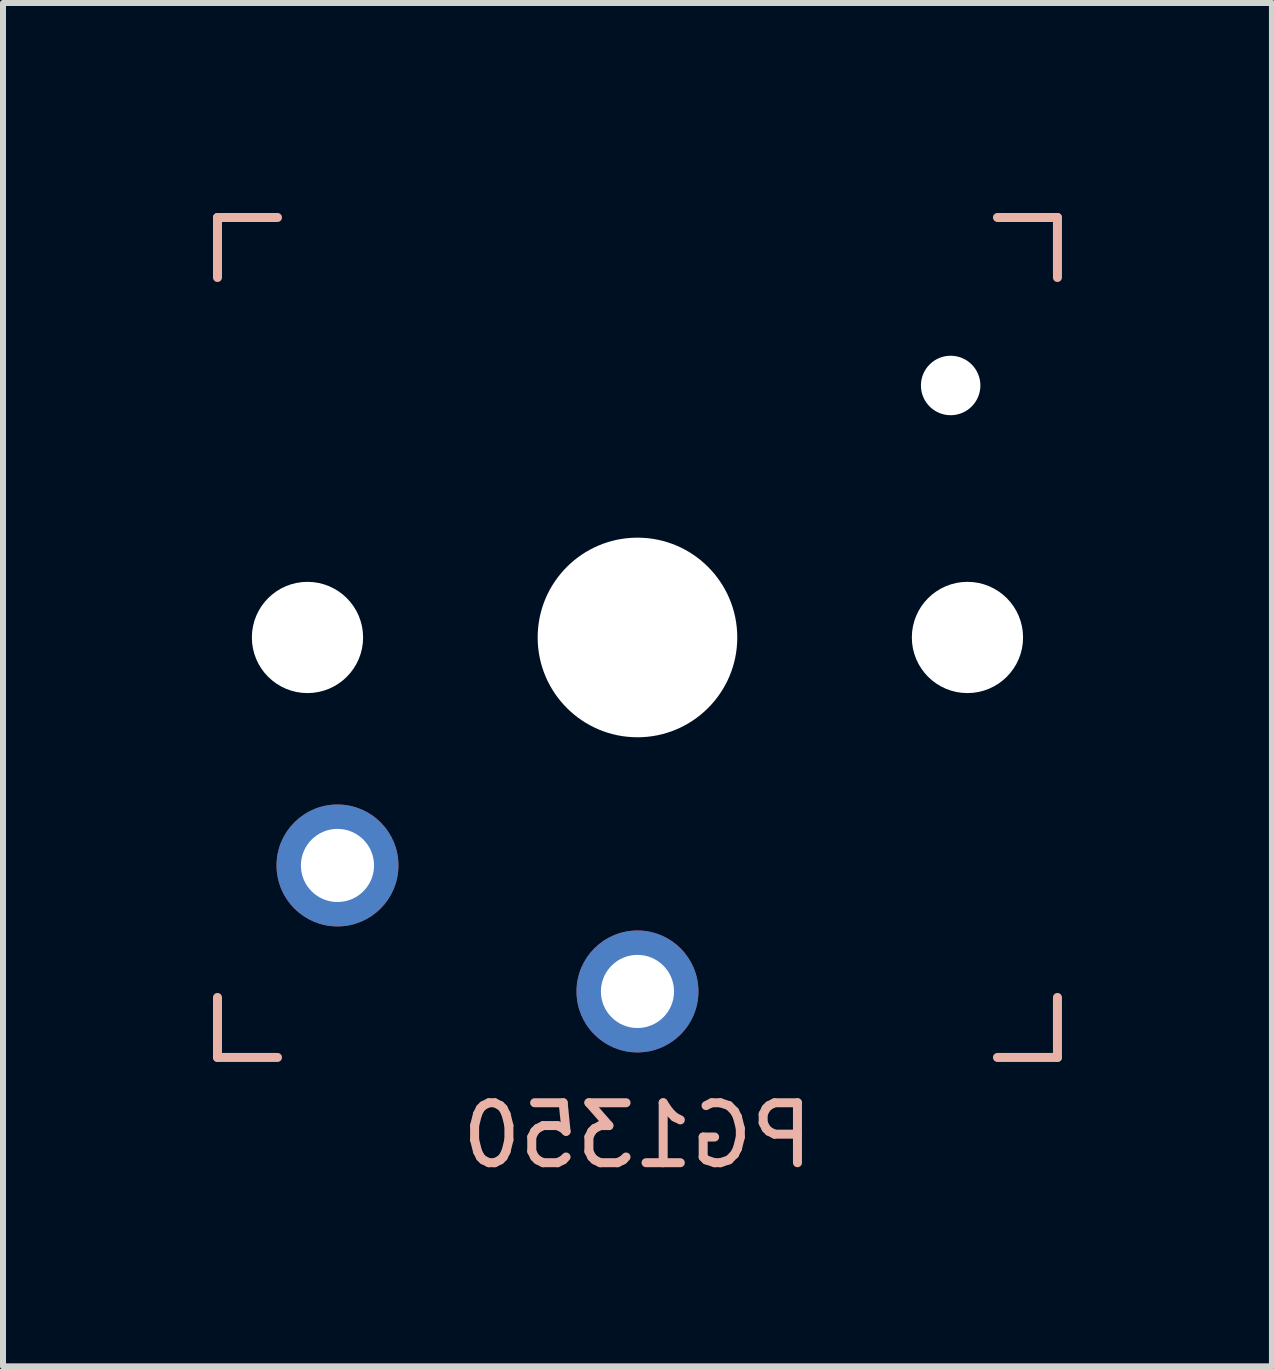
<source format=kicad_pcb>
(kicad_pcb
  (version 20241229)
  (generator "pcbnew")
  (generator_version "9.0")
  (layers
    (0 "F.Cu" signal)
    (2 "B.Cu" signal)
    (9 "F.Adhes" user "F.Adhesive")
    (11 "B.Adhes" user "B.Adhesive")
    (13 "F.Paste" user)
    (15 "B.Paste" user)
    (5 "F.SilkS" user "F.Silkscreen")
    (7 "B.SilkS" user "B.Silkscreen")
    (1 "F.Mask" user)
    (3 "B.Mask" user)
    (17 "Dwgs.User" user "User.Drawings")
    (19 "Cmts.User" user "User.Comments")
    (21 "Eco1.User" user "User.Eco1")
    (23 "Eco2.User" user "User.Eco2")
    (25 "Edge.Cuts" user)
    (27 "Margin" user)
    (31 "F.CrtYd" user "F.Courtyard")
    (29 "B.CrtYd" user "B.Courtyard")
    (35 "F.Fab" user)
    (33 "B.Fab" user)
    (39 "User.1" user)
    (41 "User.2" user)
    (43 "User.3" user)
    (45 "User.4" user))
  (footprint "PG1350"
    (layer "F.Cu")
    (at 7.575 7.575)
    (property "Reference" "PG1350" (at 0 8.3 0) (layer "B.SilkS") (effects (font (size 1 1) (thickness 0.15)) (justify mirror)))
    (attr through_hole)
    (fp_line (start -7 -7) (end -6 -7) (stroke (width 0.15) (type solid)) (layer "B.SilkS"))
    (fp_line (start -7 -6) (end -7 -7) (stroke (width 0.15) (type solid)) (layer "B.SilkS"))
    (fp_line (start -7 7) (end -7 6) (stroke (width 0.15) (type solid)) (layer "B.SilkS"))
    (fp_line (start -6 7) (end -7 7) (stroke (width 0.15) (type solid)) (layer "B.SilkS"))
    (fp_line (start 6 -7) (end 7 -7) (stroke (width 0.15) (type solid)) (layer "B.SilkS"))
    (fp_line (start 7 -7) (end 7 -6) (stroke (width 0.15) (type solid)) (layer "B.SilkS"))
    (fp_line (start 7 6) (end 7 7) (stroke (width 0.15) (type solid)) (layer "B.SilkS"))
    (fp_line (start 7 7) (end 6 7) (stroke (width 0.15) (type solid)) (layer "B.SilkS"))
    (fp_line (start -7.5 -7.5) (end 7.5 -7.5) (stroke (width 0.15) (type solid)) (layer "Eco2.User"))
    (fp_line (start -7.5 7.5) (end -7.5 -7.5) (stroke (width 0.15) (type solid)) (layer "Eco2.User"))
    (fp_line (start -6.9 6.9) (end -6.9 -6.9) (stroke (width 0.15) (type solid)) (layer "Eco2.User"))
    (fp_line (start -6.9 6.9) (end 6.9 6.9) (stroke (width 0.15) (type solid)) (layer "Eco2.User"))
    (fp_line (start -2.6 -3.1) (end -2.6 -6.3) (stroke (width 0.15) (type solid)) (layer "Eco2.User"))
    (fp_line (start -2.6 -3.1) (end 2.6 -3.1) (stroke (width 0.15) (type solid)) (layer "Eco2.User"))
    (fp_line (start 2.6 -6.3) (end -2.6 -6.3) (stroke (width 0.15) (type solid)) (layer "Eco2.User"))
    (fp_line (start 2.6 -3.1) (end 2.6 -6.3) (stroke (width 0.15) (type solid)) (layer "Eco2.User"))
    (fp_line (start 6.9 -6.9) (end -6.9 -6.9) (stroke (width 0.15) (type solid)) (layer "Eco2.User"))
    (fp_line (start 6.9 -6.9) (end 6.9 6.9) (stroke (width 0.15) (type solid)) (layer "Eco2.User"))
    (fp_line (start 7.5 -7.5) (end 7.5 7.5) (stroke (width 0.15) (type solid)) (layer "Eco2.User"))
    (fp_line (start 7.5 7.5) (end -7.5 7.5) (stroke (width 0.15) (type solid)) (layer "Eco2.User"))
    (pad "" np_thru_hole circle (at -5.5 0) (size 1.854 1.854) (drill 1.854) (layers "*.Cu" "*.Mask"))
    (pad "" np_thru_hole circle (at 0 0) (size 3.327 3.327) (drill 3.327) (layers "*.Cu" "*.Mask"))
    (pad "" np_thru_hole circle (at 5.22 -4.2) (size 0.991 0.991) (drill 0.991) (layers "*.Cu" "*.Mask"))
    (pad "" np_thru_hole circle (at 5.5 0) (size 1.854 1.854) (drill 1.854) (layers "*.Cu" "*.Mask"))
    (pad "1" thru_hole circle (at 0 5.9) (size 2.032 2.032) (drill 1.219) (layers "*.Cu" "*.Mask"))
    (pad "2" thru_hole circle (at -5 3.8) (size 2.032 2.032) (drill 1.219) (layers "*.Cu" "*.Mask")))
  (gr_rect
    (start -3 -3)
    (end 18.15 19.723)
    (stroke (width 0.1) (type default))
    (fill no)
    (layer "Edge.Cuts")))
</source>
